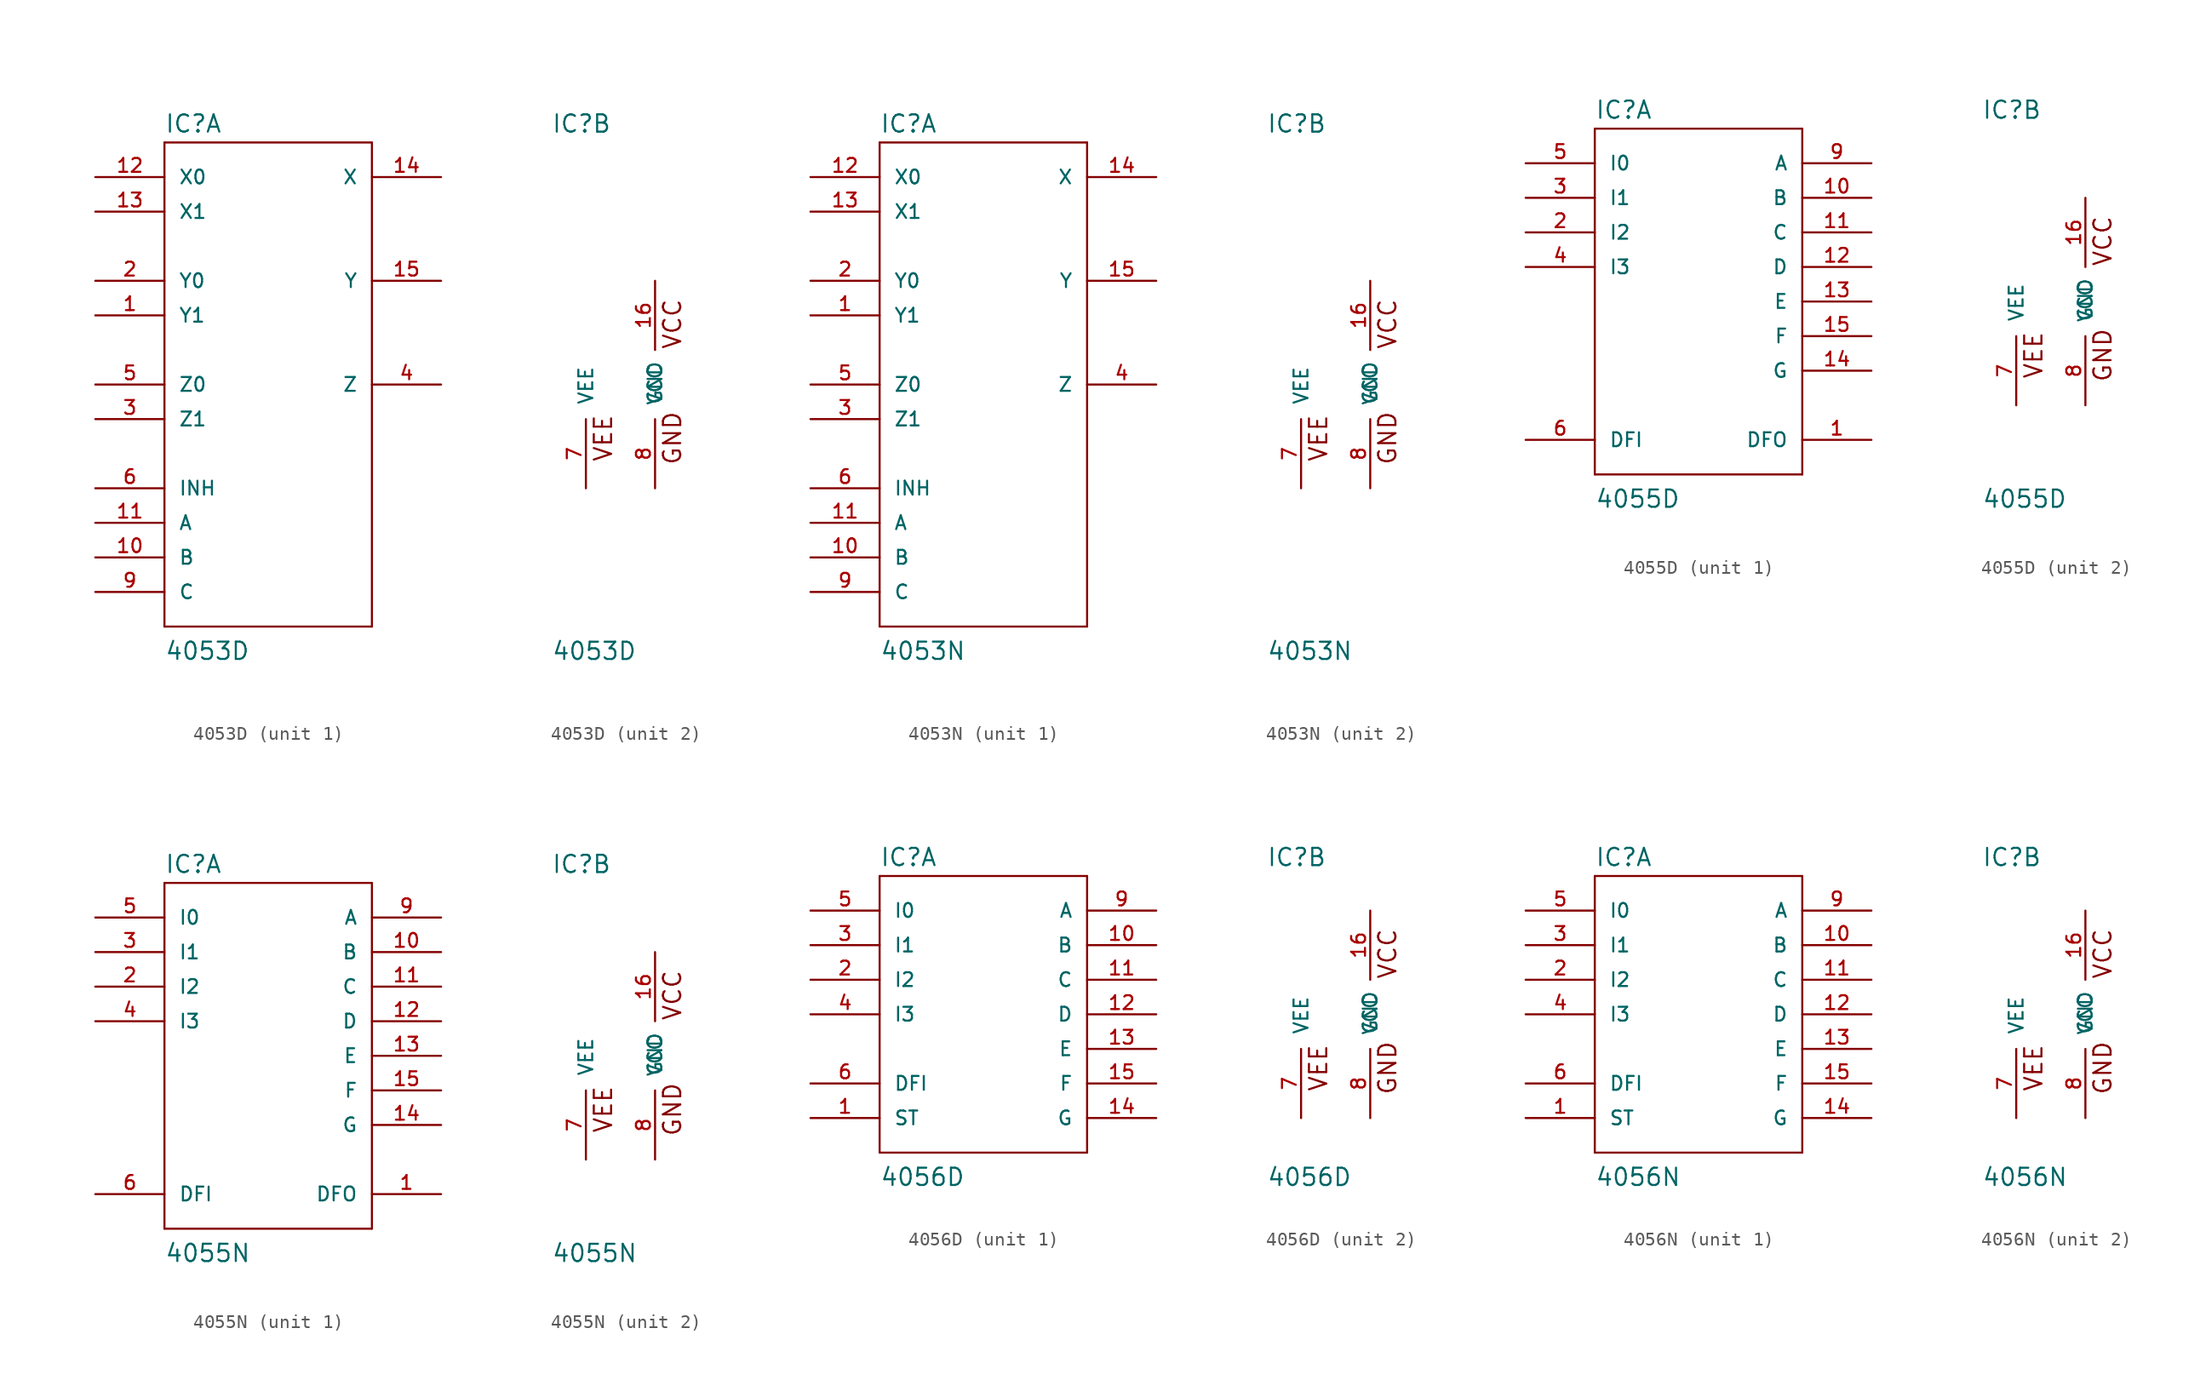
<source format=kicad_sym>
(kicad_symbol_lib
  (version 20211014)
  (generator kicad_symbol_editor)
  (symbol "4053D"
    (pin_names
      (offset 1.016))
    (property "Reference" "IC"
      (at -7.62 18.415 0)
      (effects (font (size 1.27 1.27)) (justify left bottom)))
    (property "Value" "4053D"
      (at -7.62 -20.32 0)
      (effects (font (size 1.27 1.27)) (justify left bottom)))
    (property "ki_locked" ""
      (at 0 0 0)
      (effects (font (size 1.27 1.27))))
    (symbol "4053D_1_0"
      (polyline (pts (xy -7.62 -17.78) (xy 7.62 -17.78)) (stroke (width 0) (type default) (color 0 0 0 0)) (fill (type none)))
      (polyline (pts (xy -7.62 17.78) (xy -7.62 -17.78)) (stroke (width 0) (type default) (color 0 0 0 0)) (fill (type none)))
      (polyline (pts (xy 7.62 -17.78) (xy 7.62 17.78)) (stroke (width 0) (type default) (color 0 0 0 0)) (fill (type none)))
      (polyline (pts (xy 7.62 17.78) (xy -7.62 17.78)) (stroke (width 0) (type default) (color 0 0 0 0)) (fill (type none))))
    (symbol "4053D_1_1"
      (pin bidirectional line (at -12.7 5.08 0) (length 5.08) (name "Y1" (effects (font (size 1.016 1.016)))) (number "1" (effects (font (size 1.016 1.016)))))
      (pin input line (at -12.7 -12.7 0) (length 5.08) (name "B" (effects (font (size 1.016 1.016)))) (number "10" (effects (font (size 1.016 1.016)))))
      (pin input line (at -12.7 -10.16 0) (length 5.08) (name "A" (effects (font (size 1.016 1.016)))) (number "11" (effects (font (size 1.016 1.016)))))
      (pin bidirectional line (at -12.7 15.24 0) (length 5.08) (name "X0" (effects (font (size 1.016 1.016)))) (number "12" (effects (font (size 1.016 1.016)))))
      (pin bidirectional line (at -12.7 12.7 0) (length 5.08) (name "X1" (effects (font (size 1.016 1.016)))) (number "13" (effects (font (size 1.016 1.016)))))
      (pin bidirectional line (at 12.7 15.24 180) (length 5.08) (name "X" (effects (font (size 1.016 1.016)))) (number "14" (effects (font (size 1.016 1.016)))))
      (pin bidirectional line (at 12.7 7.62 180) (length 5.08) (name "Y" (effects (font (size 1.016 1.016)))) (number "15" (effects (font (size 1.016 1.016)))))
      (pin bidirectional line (at -12.7 7.62 0) (length 5.08) (name "Y0" (effects (font (size 1.016 1.016)))) (number "2" (effects (font (size 1.016 1.016)))))
      (pin bidirectional line (at -12.7 -2.54 0) (length 5.08) (name "Z1" (effects (font (size 1.016 1.016)))) (number "3" (effects (font (size 1.016 1.016)))))
      (pin bidirectional line (at 12.7 0 180) (length 5.08) (name "Z" (effects (font (size 1.016 1.016)))) (number "4" (effects (font (size 1.016 1.016)))))
      (pin bidirectional line (at -12.7 0 0) (length 5.08) (name "Z0" (effects (font (size 1.016 1.016)))) (number "5" (effects (font (size 1.016 1.016)))))
      (pin input line (at -12.7 -7.62 0) (length 5.08) (name "INH" (effects (font (size 1.016 1.016)))) (number "6" (effects (font (size 1.016 1.016)))))
      (pin input line (at -12.7 -15.24 0) (length 5.08) (name "C" (effects (font (size 1.016 1.016)))) (number "9" (effects (font (size 1.016 1.016))))))
    (symbol "4053D_2_0"
      (text "GND" (at 1.27 -3.937 1) (effects (font (size 1.27 1.27))))
      (text "VCC" (at 1.27 4.445 1) (effects (font (size 1.27 1.27))))
      (text "VEE" (at -3.81 -3.937 1) (effects (font (size 1.27 1.27)))))
    (symbol "4053D_2_1"
      (pin power_in line (at 0 7.62 270) (length 5.08) (name "VCC" (effects (font (size 1.016 1.016)))) (number "16" (effects (font (size 1.016 1.016)))))
      (pin power_in line (at -5.08 -7.62 90) (length 5.08) (name "VEE" (effects (font (size 1.016 1.016)))) (number "7" (effects (font (size 1.016 1.016)))))
      (pin power_in line (at 0 -7.62 90) (length 5.08) (name "GND" (effects (font (size 1.016 1.016)))) (number "8" (effects (font (size 1.016 1.016)))))))
  (symbol "4053N"
    (pin_names
      (offset 1.016))
    (property "Reference" "IC"
      (at -7.62 18.415 0)
      (effects (font (size 1.27 1.27)) (justify left bottom)))
    (property "Value" "4053N"
      (at -7.62 -20.32 0)
      (effects (font (size 1.27 1.27)) (justify left bottom)))
    (property "ki_locked" ""
      (at 0 0 0)
      (effects (font (size 1.27 1.27))))
    (symbol "4053N_1_0"
      (polyline (pts (xy -7.62 -17.78) (xy 7.62 -17.78)) (stroke (width 0) (type default) (color 0 0 0 0)) (fill (type none)))
      (polyline (pts (xy -7.62 17.78) (xy -7.62 -17.78)) (stroke (width 0) (type default) (color 0 0 0 0)) (fill (type none)))
      (polyline (pts (xy 7.62 -17.78) (xy 7.62 17.78)) (stroke (width 0) (type default) (color 0 0 0 0)) (fill (type none)))
      (polyline (pts (xy 7.62 17.78) (xy -7.62 17.78)) (stroke (width 0) (type default) (color 0 0 0 0)) (fill (type none))))
    (symbol "4053N_1_1"
      (pin bidirectional line (at -12.7 5.08 0) (length 5.08) (name "Y1" (effects (font (size 1.016 1.016)))) (number "1" (effects (font (size 1.016 1.016)))))
      (pin input line (at -12.7 -12.7 0) (length 5.08) (name "B" (effects (font (size 1.016 1.016)))) (number "10" (effects (font (size 1.016 1.016)))))
      (pin input line (at -12.7 -10.16 0) (length 5.08) (name "A" (effects (font (size 1.016 1.016)))) (number "11" (effects (font (size 1.016 1.016)))))
      (pin bidirectional line (at -12.7 15.24 0) (length 5.08) (name "X0" (effects (font (size 1.016 1.016)))) (number "12" (effects (font (size 1.016 1.016)))))
      (pin bidirectional line (at -12.7 12.7 0) (length 5.08) (name "X1" (effects (font (size 1.016 1.016)))) (number "13" (effects (font (size 1.016 1.016)))))
      (pin bidirectional line (at 12.7 15.24 180) (length 5.08) (name "X" (effects (font (size 1.016 1.016)))) (number "14" (effects (font (size 1.016 1.016)))))
      (pin bidirectional line (at 12.7 7.62 180) (length 5.08) (name "Y" (effects (font (size 1.016 1.016)))) (number "15" (effects (font (size 1.016 1.016)))))
      (pin bidirectional line (at -12.7 7.62 0) (length 5.08) (name "Y0" (effects (font (size 1.016 1.016)))) (number "2" (effects (font (size 1.016 1.016)))))
      (pin bidirectional line (at -12.7 -2.54 0) (length 5.08) (name "Z1" (effects (font (size 1.016 1.016)))) (number "3" (effects (font (size 1.016 1.016)))))
      (pin bidirectional line (at 12.7 0 180) (length 5.08) (name "Z" (effects (font (size 1.016 1.016)))) (number "4" (effects (font (size 1.016 1.016)))))
      (pin bidirectional line (at -12.7 0 0) (length 5.08) (name "Z0" (effects (font (size 1.016 1.016)))) (number "5" (effects (font (size 1.016 1.016)))))
      (pin input line (at -12.7 -7.62 0) (length 5.08) (name "INH" (effects (font (size 1.016 1.016)))) (number "6" (effects (font (size 1.016 1.016)))))
      (pin input line (at -12.7 -15.24 0) (length 5.08) (name "C" (effects (font (size 1.016 1.016)))) (number "9" (effects (font (size 1.016 1.016))))))
    (symbol "4053N_2_0"
      (text "GND" (at 1.27 -3.937 1) (effects (font (size 1.27 1.27))))
      (text "VCC" (at 1.27 4.445 1) (effects (font (size 1.27 1.27))))
      (text "VEE" (at -3.81 -3.937 1) (effects (font (size 1.27 1.27)))))
    (symbol "4053N_2_1"
      (pin power_in line (at 0 7.62 270) (length 5.08) (name "VCC" (effects (font (size 1.016 1.016)))) (number "16" (effects (font (size 1.016 1.016)))))
      (pin power_in line (at -5.08 -7.62 90) (length 5.08) (name "VEE" (effects (font (size 1.016 1.016)))) (number "7" (effects (font (size 1.016 1.016)))))
      (pin power_in line (at 0 -7.62 90) (length 5.08) (name "GND" (effects (font (size 1.016 1.016)))) (number "8" (effects (font (size 1.016 1.016)))))))
  (symbol "4055D"
    (pin_names
      (offset 1.016))
    (property "Reference" "IC"
      (at -7.62 13.335 0)
      (effects (font (size 1.27 1.27)) (justify left bottom)))
    (property "Value" "4055D"
      (at -7.62 -15.24 0)
      (effects (font (size 1.27 1.27)) (justify left bottom)))
    (property "ki_locked" ""
      (at 0 0 0)
      (effects (font (size 1.27 1.27))))
    (symbol "4055D_1_0"
      (polyline (pts (xy -7.62 -12.7) (xy 7.62 -12.7)) (stroke (width 0) (type default) (color 0 0 0 0)) (fill (type none)))
      (polyline (pts (xy -7.62 12.7) (xy -7.62 -12.7)) (stroke (width 0) (type default) (color 0 0 0 0)) (fill (type none)))
      (polyline (pts (xy 7.62 -12.7) (xy 7.62 12.7)) (stroke (width 0) (type default) (color 0 0 0 0)) (fill (type none)))
      (polyline (pts (xy 7.62 12.7) (xy -7.62 12.7)) (stroke (width 0) (type default) (color 0 0 0 0)) (fill (type none))))
    (symbol "4055D_1_1"
      (pin output line (at 12.7 -10.16 180) (length 5.08) (name "DFO" (effects (font (size 1.016 1.016)))) (number "1" (effects (font (size 1.016 1.016)))))
      (pin output line (at 12.7 7.62 180) (length 5.08) (name "B" (effects (font (size 1.016 1.016)))) (number "10" (effects (font (size 1.016 1.016)))))
      (pin output line (at 12.7 5.08 180) (length 5.08) (name "C" (effects (font (size 1.016 1.016)))) (number "11" (effects (font (size 1.016 1.016)))))
      (pin output line (at 12.7 2.54 180) (length 5.08) (name "D" (effects (font (size 1.016 1.016)))) (number "12" (effects (font (size 1.016 1.016)))))
      (pin output line (at 12.7 0 180) (length 5.08) (name "E" (effects (font (size 1.016 1.016)))) (number "13" (effects (font (size 1.016 1.016)))))
      (pin output line (at 12.7 -5.08 180) (length 5.08) (name "G" (effects (font (size 1.016 1.016)))) (number "14" (effects (font (size 1.016 1.016)))))
      (pin output line (at 12.7 -2.54 180) (length 5.08) (name "F" (effects (font (size 1.016 1.016)))) (number "15" (effects (font (size 1.016 1.016)))))
      (pin input line (at -12.7 5.08 0) (length 5.08) (name "I2" (effects (font (size 1.016 1.016)))) (number "2" (effects (font (size 1.016 1.016)))))
      (pin input line (at -12.7 7.62 0) (length 5.08) (name "I1" (effects (font (size 1.016 1.016)))) (number "3" (effects (font (size 1.016 1.016)))))
      (pin input line (at -12.7 2.54 0) (length 5.08) (name "I3" (effects (font (size 1.016 1.016)))) (number "4" (effects (font (size 1.016 1.016)))))
      (pin input line (at -12.7 10.16 0) (length 5.08) (name "I0" (effects (font (size 1.016 1.016)))) (number "5" (effects (font (size 1.016 1.016)))))
      (pin input line (at -12.7 -10.16 0) (length 5.08) (name "DFI" (effects (font (size 1.016 1.016)))) (number "6" (effects (font (size 1.016 1.016)))))
      (pin output line (at 12.7 10.16 180) (length 5.08) (name "A" (effects (font (size 1.016 1.016)))) (number "9" (effects (font (size 1.016 1.016))))))
    (symbol "4055D_2_0"
      (text "GND" (at 1.27 -3.937 1) (effects (font (size 1.27 1.27))))
      (text "VCC" (at 1.27 4.445 1) (effects (font (size 1.27 1.27))))
      (text "VEE" (at -3.81 -3.937 1) (effects (font (size 1.27 1.27)))))
    (symbol "4055D_2_1"
      (pin power_in line (at 0 7.62 270) (length 5.08) (name "VCC" (effects (font (size 1.016 1.016)))) (number "16" (effects (font (size 1.016 1.016)))))
      (pin power_in line (at -5.08 -7.62 90) (length 5.08) (name "VEE" (effects (font (size 1.016 1.016)))) (number "7" (effects (font (size 1.016 1.016)))))
      (pin power_in line (at 0 -7.62 90) (length 5.08) (name "GND" (effects (font (size 1.016 1.016)))) (number "8" (effects (font (size 1.016 1.016)))))))
  (symbol "4055N"
    (pin_names
      (offset 1.016))
    (property "Reference" "IC"
      (at -7.62 13.335 0)
      (effects (font (size 1.27 1.27)) (justify left bottom)))
    (property "Value" "4055N"
      (at -7.62 -15.24 0)
      (effects (font (size 1.27 1.27)) (justify left bottom)))
    (property "ki_locked" ""
      (at 0 0 0)
      (effects (font (size 1.27 1.27))))
    (symbol "4055N_1_0"
      (polyline (pts (xy -7.62 -12.7) (xy 7.62 -12.7)) (stroke (width 0) (type default) (color 0 0 0 0)) (fill (type none)))
      (polyline (pts (xy -7.62 12.7) (xy -7.62 -12.7)) (stroke (width 0) (type default) (color 0 0 0 0)) (fill (type none)))
      (polyline (pts (xy 7.62 -12.7) (xy 7.62 12.7)) (stroke (width 0) (type default) (color 0 0 0 0)) (fill (type none)))
      (polyline (pts (xy 7.62 12.7) (xy -7.62 12.7)) (stroke (width 0) (type default) (color 0 0 0 0)) (fill (type none))))
    (symbol "4055N_1_1"
      (pin output line (at 12.7 -10.16 180) (length 5.08) (name "DFO" (effects (font (size 1.016 1.016)))) (number "1" (effects (font (size 1.016 1.016)))))
      (pin output line (at 12.7 7.62 180) (length 5.08) (name "B" (effects (font (size 1.016 1.016)))) (number "10" (effects (font (size 1.016 1.016)))))
      (pin output line (at 12.7 5.08 180) (length 5.08) (name "C" (effects (font (size 1.016 1.016)))) (number "11" (effects (font (size 1.016 1.016)))))
      (pin output line (at 12.7 2.54 180) (length 5.08) (name "D" (effects (font (size 1.016 1.016)))) (number "12" (effects (font (size 1.016 1.016)))))
      (pin output line (at 12.7 0 180) (length 5.08) (name "E" (effects (font (size 1.016 1.016)))) (number "13" (effects (font (size 1.016 1.016)))))
      (pin output line (at 12.7 -5.08 180) (length 5.08) (name "G" (effects (font (size 1.016 1.016)))) (number "14" (effects (font (size 1.016 1.016)))))
      (pin output line (at 12.7 -2.54 180) (length 5.08) (name "F" (effects (font (size 1.016 1.016)))) (number "15" (effects (font (size 1.016 1.016)))))
      (pin input line (at -12.7 5.08 0) (length 5.08) (name "I2" (effects (font (size 1.016 1.016)))) (number "2" (effects (font (size 1.016 1.016)))))
      (pin input line (at -12.7 7.62 0) (length 5.08) (name "I1" (effects (font (size 1.016 1.016)))) (number "3" (effects (font (size 1.016 1.016)))))
      (pin input line (at -12.7 2.54 0) (length 5.08) (name "I3" (effects (font (size 1.016 1.016)))) (number "4" (effects (font (size 1.016 1.016)))))
      (pin input line (at -12.7 10.16 0) (length 5.08) (name "I0" (effects (font (size 1.016 1.016)))) (number "5" (effects (font (size 1.016 1.016)))))
      (pin input line (at -12.7 -10.16 0) (length 5.08) (name "DFI" (effects (font (size 1.016 1.016)))) (number "6" (effects (font (size 1.016 1.016)))))
      (pin output line (at 12.7 10.16 180) (length 5.08) (name "A" (effects (font (size 1.016 1.016)))) (number "9" (effects (font (size 1.016 1.016))))))
    (symbol "4055N_2_0"
      (text "GND" (at 1.27 -3.937 1) (effects (font (size 1.27 1.27))))
      (text "VCC" (at 1.27 4.445 1) (effects (font (size 1.27 1.27))))
      (text "VEE" (at -3.81 -3.937 1) (effects (font (size 1.27 1.27)))))
    (symbol "4055N_2_1"
      (pin power_in line (at 0 7.62 270) (length 5.08) (name "VCC" (effects (font (size 1.016 1.016)))) (number "16" (effects (font (size 1.016 1.016)))))
      (pin power_in line (at -5.08 -7.62 90) (length 5.08) (name "VEE" (effects (font (size 1.016 1.016)))) (number "7" (effects (font (size 1.016 1.016)))))
      (pin power_in line (at 0 -7.62 90) (length 5.08) (name "GND" (effects (font (size 1.016 1.016)))) (number "8" (effects (font (size 1.016 1.016)))))))
  (symbol "4056D"
    (pin_names
      (offset 1.016))
    (property "Reference" "IC"
      (at -7.62 10.795 0)
      (effects (font (size 1.27 1.27)) (justify left bottom)))
    (property "Value" "4056D"
      (at -7.62 -12.7 0)
      (effects (font (size 1.27 1.27)) (justify left bottom)))
    (property "ki_locked" ""
      (at 0 0 0)
      (effects (font (size 1.27 1.27))))
    (symbol "4056D_1_0"
      (polyline (pts (xy -7.62 -10.16) (xy 7.62 -10.16)) (stroke (width 0) (type default) (color 0 0 0 0)) (fill (type none)))
      (polyline (pts (xy -7.62 10.16) (xy -7.62 -10.16)) (stroke (width 0) (type default) (color 0 0 0 0)) (fill (type none)))
      (polyline (pts (xy 7.62 -10.16) (xy 7.62 10.16)) (stroke (width 0) (type default) (color 0 0 0 0)) (fill (type none)))
      (polyline (pts (xy 7.62 10.16) (xy -7.62 10.16)) (stroke (width 0) (type default) (color 0 0 0 0)) (fill (type none))))
    (symbol "4056D_1_1"
      (pin input line (at -12.7 -7.62 0) (length 5.08) (name "ST" (effects (font (size 1.016 1.016)))) (number "1" (effects (font (size 1.016 1.016)))))
      (pin output line (at 12.7 5.08 180) (length 5.08) (name "B" (effects (font (size 1.016 1.016)))) (number "10" (effects (font (size 1.016 1.016)))))
      (pin output line (at 12.7 2.54 180) (length 5.08) (name "C" (effects (font (size 1.016 1.016)))) (number "11" (effects (font (size 1.016 1.016)))))
      (pin output line (at 12.7 0 180) (length 5.08) (name "D" (effects (font (size 1.016 1.016)))) (number "12" (effects (font (size 1.016 1.016)))))
      (pin output line (at 12.7 -2.54 180) (length 5.08) (name "E" (effects (font (size 1.016 1.016)))) (number "13" (effects (font (size 1.016 1.016)))))
      (pin output line (at 12.7 -7.62 180) (length 5.08) (name "G" (effects (font (size 1.016 1.016)))) (number "14" (effects (font (size 1.016 1.016)))))
      (pin output line (at 12.7 -5.08 180) (length 5.08) (name "F" (effects (font (size 1.016 1.016)))) (number "15" (effects (font (size 1.016 1.016)))))
      (pin input line (at -12.7 2.54 0) (length 5.08) (name "I2" (effects (font (size 1.016 1.016)))) (number "2" (effects (font (size 1.016 1.016)))))
      (pin input line (at -12.7 5.08 0) (length 5.08) (name "I1" (effects (font (size 1.016 1.016)))) (number "3" (effects (font (size 1.016 1.016)))))
      (pin input line (at -12.7 0 0) (length 5.08) (name "I3" (effects (font (size 1.016 1.016)))) (number "4" (effects (font (size 1.016 1.016)))))
      (pin input line (at -12.7 7.62 0) (length 5.08) (name "I0" (effects (font (size 1.016 1.016)))) (number "5" (effects (font (size 1.016 1.016)))))
      (pin input line (at -12.7 -5.08 0) (length 5.08) (name "DFI" (effects (font (size 1.016 1.016)))) (number "6" (effects (font (size 1.016 1.016)))))
      (pin output line (at 12.7 7.62 180) (length 5.08) (name "A" (effects (font (size 1.016 1.016)))) (number "9" (effects (font (size 1.016 1.016))))))
    (symbol "4056D_2_0"
      (text "GND" (at 1.27 -3.937 1) (effects (font (size 1.27 1.27))))
      (text "VCC" (at 1.27 4.445 1) (effects (font (size 1.27 1.27))))
      (text "VEE" (at -3.81 -3.937 1) (effects (font (size 1.27 1.27)))))
    (symbol "4056D_2_1"
      (pin power_in line (at 0 7.62 270) (length 5.08) (name "VCC" (effects (font (size 1.016 1.016)))) (number "16" (effects (font (size 1.016 1.016)))))
      (pin power_in line (at -5.08 -7.62 90) (length 5.08) (name "VEE" (effects (font (size 1.016 1.016)))) (number "7" (effects (font (size 1.016 1.016)))))
      (pin power_in line (at 0 -7.62 90) (length 5.08) (name "GND" (effects (font (size 1.016 1.016)))) (number "8" (effects (font (size 1.016 1.016)))))))
  (symbol "4056N"
    (pin_names
      (offset 1.016))
    (property "Reference" "IC"
      (at -7.62 10.795 0)
      (effects (font (size 1.27 1.27)) (justify left bottom)))
    (property "Value" "4056N"
      (at -7.62 -12.7 0)
      (effects (font (size 1.27 1.27)) (justify left bottom)))
    (property "ki_locked" ""
      (at 0 0 0)
      (effects (font (size 1.27 1.27))))
    (symbol "4056N_1_0"
      (polyline (pts (xy -7.62 -10.16) (xy 7.62 -10.16)) (stroke (width 0) (type default) (color 0 0 0 0)) (fill (type none)))
      (polyline (pts (xy -7.62 10.16) (xy -7.62 -10.16)) (stroke (width 0) (type default) (color 0 0 0 0)) (fill (type none)))
      (polyline (pts (xy 7.62 -10.16) (xy 7.62 10.16)) (stroke (width 0) (type default) (color 0 0 0 0)) (fill (type none)))
      (polyline (pts (xy 7.62 10.16) (xy -7.62 10.16)) (stroke (width 0) (type default) (color 0 0 0 0)) (fill (type none))))
    (symbol "4056N_1_1"
      (pin input line (at -12.7 -7.62 0) (length 5.08) (name "ST" (effects (font (size 1.016 1.016)))) (number "1" (effects (font (size 1.016 1.016)))))
      (pin output line (at 12.7 5.08 180) (length 5.08) (name "B" (effects (font (size 1.016 1.016)))) (number "10" (effects (font (size 1.016 1.016)))))
      (pin output line (at 12.7 2.54 180) (length 5.08) (name "C" (effects (font (size 1.016 1.016)))) (number "11" (effects (font (size 1.016 1.016)))))
      (pin output line (at 12.7 0 180) (length 5.08) (name "D" (effects (font (size 1.016 1.016)))) (number "12" (effects (font (size 1.016 1.016)))))
      (pin output line (at 12.7 -2.54 180) (length 5.08) (name "E" (effects (font (size 1.016 1.016)))) (number "13" (effects (font (size 1.016 1.016)))))
      (pin output line (at 12.7 -7.62 180) (length 5.08) (name "G" (effects (font (size 1.016 1.016)))) (number "14" (effects (font (size 1.016 1.016)))))
      (pin output line (at 12.7 -5.08 180) (length 5.08) (name "F" (effects (font (size 1.016 1.016)))) (number "15" (effects (font (size 1.016 1.016)))))
      (pin input line (at -12.7 2.54 0) (length 5.08) (name "I2" (effects (font (size 1.016 1.016)))) (number "2" (effects (font (size 1.016 1.016)))))
      (pin input line (at -12.7 5.08 0) (length 5.08) (name "I1" (effects (font (size 1.016 1.016)))) (number "3" (effects (font (size 1.016 1.016)))))
      (pin input line (at -12.7 0 0) (length 5.08) (name "I3" (effects (font (size 1.016 1.016)))) (number "4" (effects (font (size 1.016 1.016)))))
      (pin input line (at -12.7 7.62 0) (length 5.08) (name "I0" (effects (font (size 1.016 1.016)))) (number "5" (effects (font (size 1.016 1.016)))))
      (pin input line (at -12.7 -5.08 0) (length 5.08) (name "DFI" (effects (font (size 1.016 1.016)))) (number "6" (effects (font (size 1.016 1.016)))))
      (pin output line (at 12.7 7.62 180) (length 5.08) (name "A" (effects (font (size 1.016 1.016)))) (number "9" (effects (font (size 1.016 1.016))))))
    (symbol "4056N_2_0"
      (text "GND" (at 1.27 -3.937 1) (effects (font (size 1.27 1.27))))
      (text "VCC" (at 1.27 4.445 1) (effects (font (size 1.27 1.27))))
      (text "VEE" (at -3.81 -3.937 1) (effects (font (size 1.27 1.27)))))
    (symbol "4056N_2_1"
      (pin power_in line (at 0 7.62 270) (length 5.08) (name "VCC" (effects (font (size 1.016 1.016)))) (number "16" (effects (font (size 1.016 1.016)))))
      (pin power_in line (at -5.08 -7.62 90) (length 5.08) (name "VEE" (effects (font (size 1.016 1.016)))) (number "7" (effects (font (size 1.016 1.016)))))
      (pin power_in line (at 0 -7.62 90) (length 5.08) (name "GND" (effects (font (size 1.016 1.016)))) (number "8" (effects (font (size 1.016 1.016))))))))
</source>
